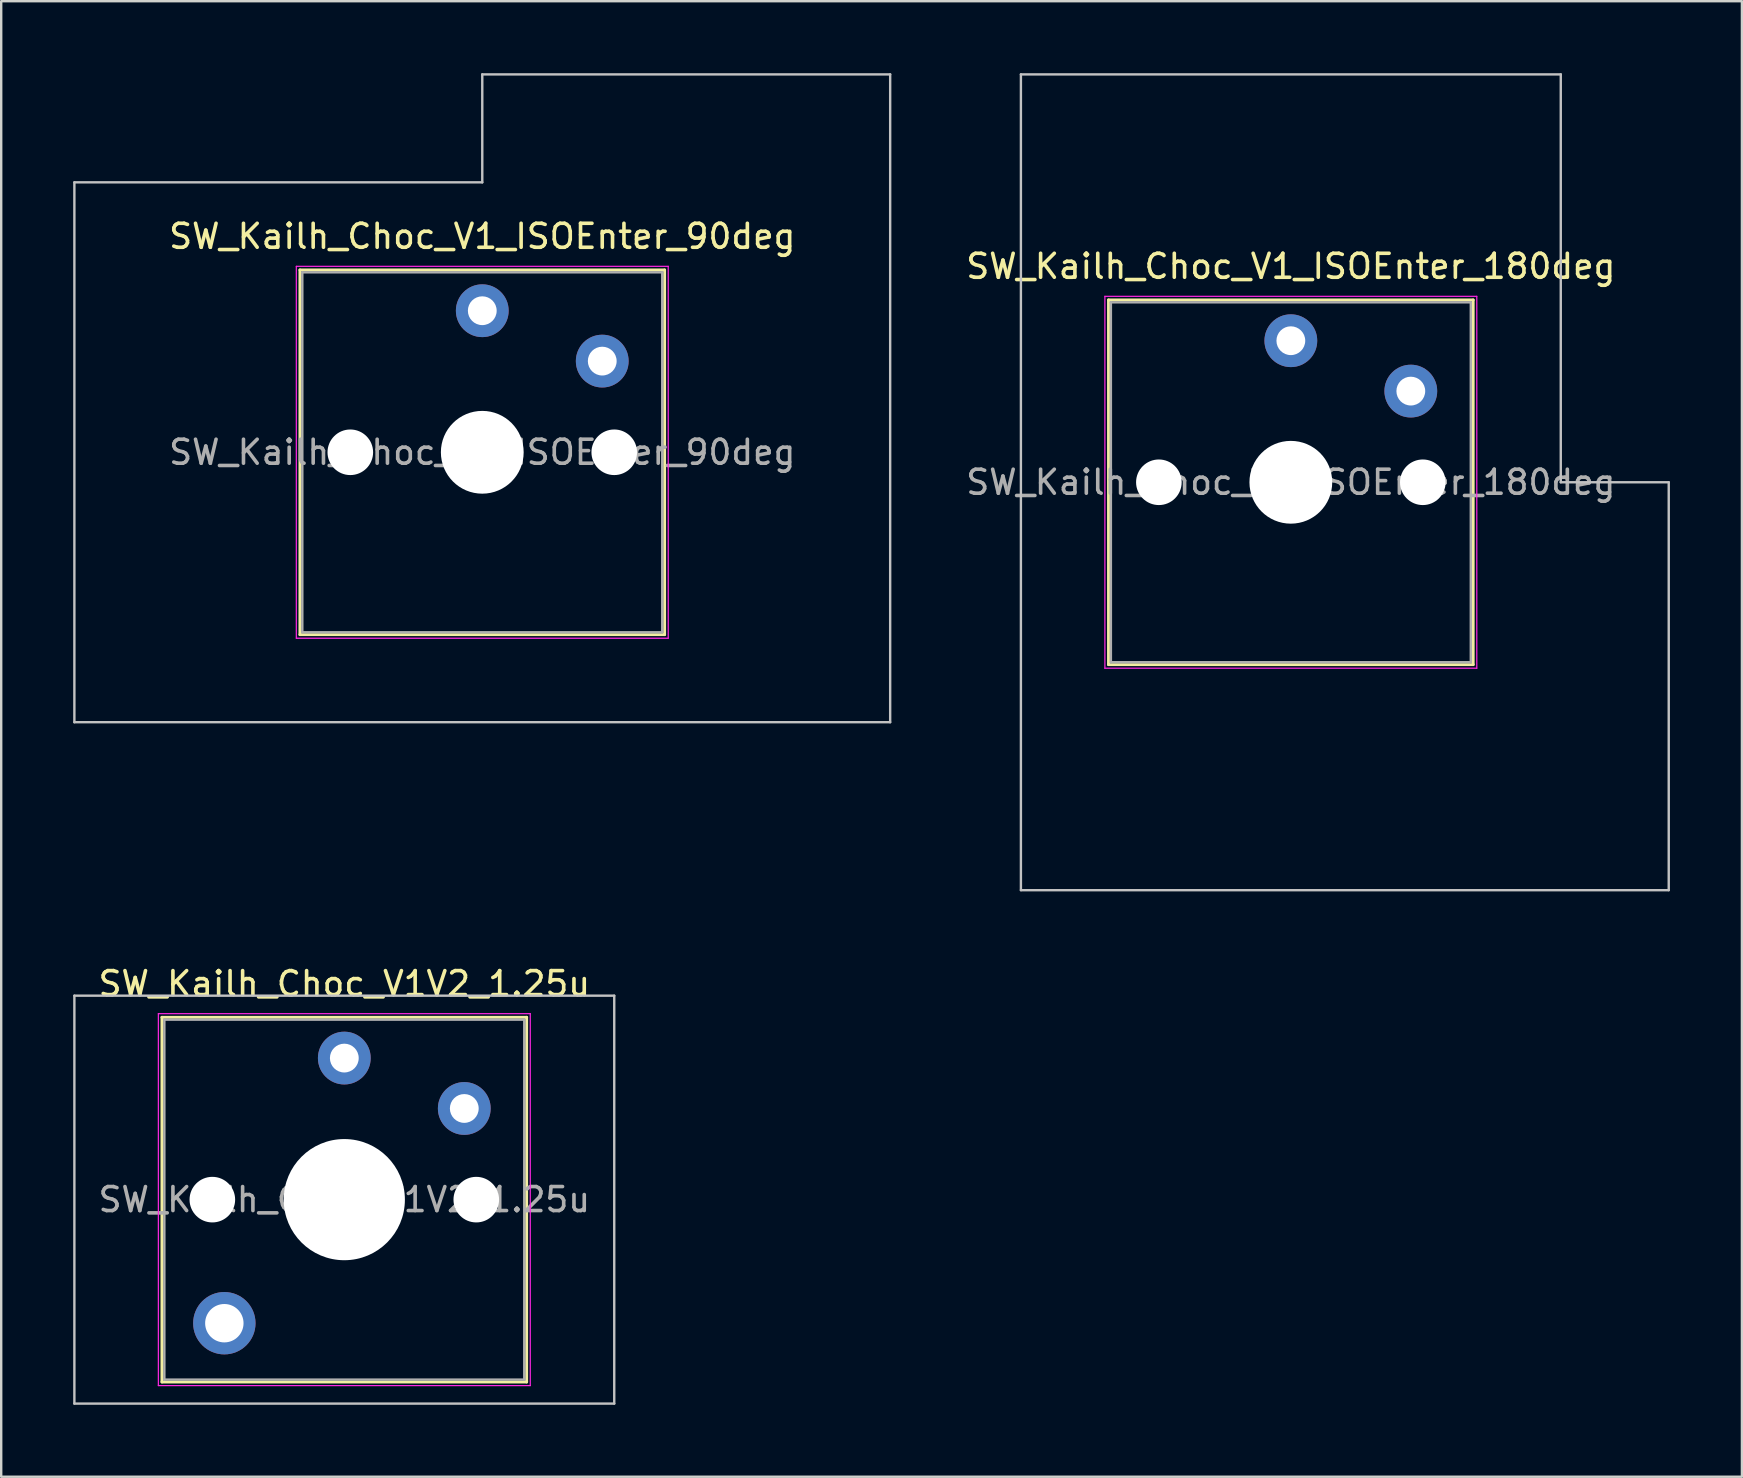
<source format=kicad_pcb>
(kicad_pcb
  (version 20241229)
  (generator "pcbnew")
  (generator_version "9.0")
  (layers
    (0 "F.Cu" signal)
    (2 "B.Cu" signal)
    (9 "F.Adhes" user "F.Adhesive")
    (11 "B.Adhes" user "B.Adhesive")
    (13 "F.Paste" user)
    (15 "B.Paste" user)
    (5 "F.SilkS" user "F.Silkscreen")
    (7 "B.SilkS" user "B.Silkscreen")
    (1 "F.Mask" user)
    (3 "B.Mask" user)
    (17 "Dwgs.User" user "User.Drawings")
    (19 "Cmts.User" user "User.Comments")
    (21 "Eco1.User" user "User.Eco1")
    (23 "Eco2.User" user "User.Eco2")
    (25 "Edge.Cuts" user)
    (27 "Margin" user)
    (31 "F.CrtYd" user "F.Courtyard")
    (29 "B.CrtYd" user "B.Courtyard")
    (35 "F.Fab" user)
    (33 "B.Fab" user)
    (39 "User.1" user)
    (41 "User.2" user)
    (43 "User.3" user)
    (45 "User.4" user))
  (footprint "SW_Kailh_Choc_V1_ISOEnter_90deg"
    (layer "F.Cu")
    (at 17.05 15.8)
    (property "Reference" "SW_Kailh_Choc_V1_ISOEnter_90deg" (at 0 -9 0) (layer "F.SilkS") (effects (font (size 1 1) (thickness 0.15))))
    (attr through_hole)
    (fp_line (start -7.6 -7.6) (end -7.6 7.6) (stroke (width 0.12) (type solid)) (layer "F.SilkS"))
    (fp_line (start -7.6 7.6) (end 7.6 7.6) (stroke (width 0.12) (type solid)) (layer "F.SilkS"))
    (fp_line (start 7.6 -7.6) (end -7.6 -7.6) (stroke (width 0.12) (type solid)) (layer "F.SilkS"))
    (fp_line (start 7.6 7.6) (end 7.6 -7.6) (stroke (width 0.12) (type solid)) (layer "F.SilkS"))
    (fp_line (start -17 -11.25) (end -17 11.25) (stroke (width 0.1) (type solid)) (layer "Dwgs.User"))
    (fp_line (start -17 11.25) (end 17 11.25) (stroke (width 0.1) (type solid)) (layer "Dwgs.User"))
    (fp_line (start 0 -15.75) (end 0 -11.25) (stroke (width 0.1) (type solid)) (layer "Dwgs.User"))
    (fp_line (start 0 -11.25) (end -17 -11.25) (stroke (width 0.1) (type solid)) (layer "Dwgs.User"))
    (fp_line (start 17 -15.75) (end 0 -15.75) (stroke (width 0.1) (type solid)) (layer "Dwgs.User"))
    (fp_line (start 17 11.25) (end 17 -15.75) (stroke (width 0.1) (type solid)) (layer "Dwgs.User"))
    (fp_line (start -7.25 -7.25) (end -7.25 7.25) (stroke (width 0.1) (type solid)) (layer "Eco1.User"))
    (fp_line (start -7.25 7.25) (end 7.25 7.25) (stroke (width 0.1) (type solid)) (layer "Eco1.User"))
    (fp_line (start 7.25 -7.25) (end -7.25 -7.25) (stroke (width 0.1) (type solid)) (layer "Eco1.User"))
    (fp_line (start 7.25 7.25) (end 7.25 -7.25) (stroke (width 0.1) (type solid)) (layer "Eco1.User"))
    (fp_line (start -7.75 -7.75) (end -7.75 7.75) (stroke (width 0.05) (type solid)) (layer "F.CrtYd"))
    (fp_line (start -7.75 7.75) (end 7.75 7.75) (stroke (width 0.05) (type solid)) (layer "F.CrtYd"))
    (fp_line (start 7.75 -7.75) (end -7.75 -7.75) (stroke (width 0.05) (type solid)) (layer "F.CrtYd"))
    (fp_line (start 7.75 7.75) (end 7.75 -7.75) (stroke (width 0.05) (type solid)) (layer "F.CrtYd"))
    (fp_line (start -7.5 -7.5) (end -7.5 7.5) (stroke (width 0.1) (type solid)) (layer "F.Fab"))
    (fp_line (start -7.5 7.5) (end 7.5 7.5) (stroke (width 0.1) (type solid)) (layer "F.Fab"))
    (fp_line (start 7.5 -7.5) (end -7.5 -7.5) (stroke (width 0.1) (type solid)) (layer "F.Fab"))
    (fp_line (start 7.5 7.5) (end 7.5 -7.5) (stroke (width 0.1) (type solid)) (layer "F.Fab"))
    (fp_text user "${REFERENCE}" (at 0 0 0) (layer "F.Fab") (effects (font (size 1 1) (thickness 0.15))))
    (pad "" np_thru_hole circle (at -5.5 0) (size 1.9 1.9) (drill 1.9) (layers "*.Cu" "*.Mask"))
    (pad "" smd circle (at 0 -5.9) (size 1.25 1.25) (layers "F.Mask"))
    (pad "" np_thru_hole circle (at 0 0) (size 3.45 3.45) (drill 3.45) (layers "*.Cu" "*.Mask"))
    (pad "" smd circle (at 5 -3.8) (size 1.25 1.25) (layers "F.Mask"))
    (pad "" np_thru_hole circle (at 5.5 0) (size 1.9 1.9) (drill 1.9) (layers "*.Cu" "*.Mask"))
    (pad "1" thru_hole circle (at 0 -5.9) (size 2.2 2.2) (drill 1.2) (layers "*.Cu" "B.Mask"))
    (pad "2" thru_hole circle (at 5 -3.8) (size 2.2 2.2) (drill 1.2) (layers "*.Cu" "B.Mask")))
  (footprint "SW_Kailh_Choc_V1_ISOEnter_180deg"
    (layer "F.Cu")
    (at 50.749 17.05)
    (property "Reference" "SW_Kailh_Choc_V1_ISOEnter_180deg" (at 0 -9 0) (layer "F.SilkS") (effects (font (size 1 1) (thickness 0.15))))
    (attr through_hole)
    (fp_line (start -7.6 -7.6) (end -7.6 7.6) (stroke (width 0.12) (type solid)) (layer "F.SilkS"))
    (fp_line (start -7.6 7.6) (end 7.6 7.6) (stroke (width 0.12) (type solid)) (layer "F.SilkS"))
    (fp_line (start 7.6 -7.6) (end -7.6 -7.6) (stroke (width 0.12) (type solid)) (layer "F.SilkS"))
    (fp_line (start 7.6 7.6) (end 7.6 -7.6) (stroke (width 0.12) (type solid)) (layer "F.SilkS"))
    (fp_line (start -11.25 -17) (end -11.25 17) (stroke (width 0.1) (type solid)) (layer "Dwgs.User"))
    (fp_line (start -11.25 17) (end 15.75 17) (stroke (width 0.1) (type solid)) (layer "Dwgs.User"))
    (fp_line (start 11.25 -17) (end -11.25 -17) (stroke (width 0.1) (type solid)) (layer "Dwgs.User"))
    (fp_line (start 11.25 0) (end 11.25 -17) (stroke (width 0.1) (type solid)) (layer "Dwgs.User"))
    (fp_line (start 15.75 0) (end 11.25 0) (stroke (width 0.1) (type solid)) (layer "Dwgs.User"))
    (fp_line (start 15.75 17) (end 15.75 0) (stroke (width 0.1) (type solid)) (layer "Dwgs.User"))
    (fp_line (start -7.25 -7.25) (end -7.25 7.25) (stroke (width 0.1) (type solid)) (layer "Eco1.User"))
    (fp_line (start -7.25 7.25) (end 7.25 7.25) (stroke (width 0.1) (type solid)) (layer "Eco1.User"))
    (fp_line (start 7.25 -7.25) (end -7.25 -7.25) (stroke (width 0.1) (type solid)) (layer "Eco1.User"))
    (fp_line (start 7.25 7.25) (end 7.25 -7.25) (stroke (width 0.1) (type solid)) (layer "Eco1.User"))
    (fp_line (start -7.75 -7.75) (end -7.75 7.75) (stroke (width 0.05) (type solid)) (layer "F.CrtYd"))
    (fp_line (start -7.75 7.75) (end 7.75 7.75) (stroke (width 0.05) (type solid)) (layer "F.CrtYd"))
    (fp_line (start 7.75 -7.75) (end -7.75 -7.75) (stroke (width 0.05) (type solid)) (layer "F.CrtYd"))
    (fp_line (start 7.75 7.75) (end 7.75 -7.75) (stroke (width 0.05) (type solid)) (layer "F.CrtYd"))
    (fp_line (start -7.5 -7.5) (end -7.5 7.5) (stroke (width 0.1) (type solid)) (layer "F.Fab"))
    (fp_line (start -7.5 7.5) (end 7.5 7.5) (stroke (width 0.1) (type solid)) (layer "F.Fab"))
    (fp_line (start 7.5 -7.5) (end -7.5 -7.5) (stroke (width 0.1) (type solid)) (layer "F.Fab"))
    (fp_line (start 7.5 7.5) (end 7.5 -7.5) (stroke (width 0.1) (type solid)) (layer "F.Fab"))
    (fp_text user "${REFERENCE}" (at 0 0 0) (layer "F.Fab") (effects (font (size 1 1) (thickness 0.15))))
    (pad "" np_thru_hole circle (at -5.5 0) (size 1.9 1.9) (drill 1.9) (layers "*.Cu" "*.Mask"))
    (pad "" smd circle (at 0 -5.9) (size 1.25 1.25) (layers "F.Mask"))
    (pad "" np_thru_hole circle (at 0 0) (size 3.45 3.45) (drill 3.45) (layers "*.Cu" "*.Mask"))
    (pad "" smd circle (at 5 -3.8) (size 1.25 1.25) (layers "F.Mask"))
    (pad "" np_thru_hole circle (at 5.5 0) (size 1.9 1.9) (drill 1.9) (layers "*.Cu" "*.Mask"))
    (pad "1" thru_hole circle (at 0 -5.9) (size 2.2 2.2) (drill 1.2) (layers "*.Cu" "B.Mask"))
    (pad "2" thru_hole circle (at 5 -3.8) (size 2.2 2.2) (drill 1.2) (layers "*.Cu" "B.Mask")))
  (footprint "SW_Kailh_Choc_V1V2_1.25u"
    (layer "F.Cu")
    (at 11.3 46.948)
    (property "Reference" "SW_Kailh_Choc_V1V2_1.25u" (at 0 -9 0) (layer "F.SilkS") (effects (font (size 1 1) (thickness 0.15))))
    (attr through_hole)
    (fp_line (start -7.6 -7.6) (end -7.6 7.6) (stroke (width 0.12) (type solid)) (layer "F.SilkS"))
    (fp_line (start -7.6 7.6) (end 7.6 7.6) (stroke (width 0.12) (type solid)) (layer "F.SilkS"))
    (fp_line (start 7.6 -7.6) (end -7.6 -7.6) (stroke (width 0.12) (type solid)) (layer "F.SilkS"))
    (fp_line (start 7.6 7.6) (end 7.6 -7.6) (stroke (width 0.12) (type solid)) (layer "F.SilkS"))
    (fp_line (start -11.25 -8.5) (end -11.25 8.5) (stroke (width 0.1) (type solid)) (layer "Dwgs.User"))
    (fp_line (start -11.25 8.5) (end 11.25 8.5) (stroke (width 0.1) (type solid)) (layer "Dwgs.User"))
    (fp_line (start 11.25 -8.5) (end -11.25 -8.5) (stroke (width 0.1) (type solid)) (layer "Dwgs.User"))
    (fp_line (start 11.25 8.5) (end 11.25 -8.5) (stroke (width 0.1) (type solid)) (layer "Dwgs.User"))
    (fp_line (start -7.25 -7.25) (end -7.25 7.25) (stroke (width 0.1) (type solid)) (layer "Eco1.User"))
    (fp_line (start -7.25 7.25) (end 7.25 7.25) (stroke (width 0.1) (type solid)) (layer "Eco1.User"))
    (fp_line (start 7.25 -7.25) (end -7.25 -7.25) (stroke (width 0.1) (type solid)) (layer "Eco1.User"))
    (fp_line (start 7.25 7.25) (end 7.25 -7.25) (stroke (width 0.1) (type solid)) (layer "Eco1.User"))
    (fp_line (start -7.75 -7.75) (end -7.75 7.75) (stroke (width 0.05) (type solid)) (layer "F.CrtYd"))
    (fp_line (start -7.75 7.75) (end 7.75 7.75) (stroke (width 0.05) (type solid)) (layer "F.CrtYd"))
    (fp_line (start 7.75 -7.75) (end -7.75 -7.75) (stroke (width 0.05) (type solid)) (layer "F.CrtYd"))
    (fp_line (start 7.75 7.75) (end 7.75 -7.75) (stroke (width 0.05) (type solid)) (layer "F.CrtYd"))
    (fp_line (start -7.5 -7.5) (end -7.5 7.5) (stroke (width 0.1) (type solid)) (layer "F.Fab"))
    (fp_line (start -7.5 7.5) (end 7.5 7.5) (stroke (width 0.1) (type solid)) (layer "F.Fab"))
    (fp_line (start 7.5 -7.5) (end -7.5 -7.5) (stroke (width 0.1) (type solid)) (layer "F.Fab"))
    (fp_line (start 7.5 7.5) (end 7.5 -7.5) (stroke (width 0.1) (type solid)) (layer "F.Fab"))
    (fp_text user "${REFERENCE}" (at 0 0 0) (layer "F.Fab") (effects (font (size 1 1) (thickness 0.15))))
    (pad "" np_thru_hole circle (at -5.5 0) (size 1.9 1.9) (drill 1.9) (layers "*.Cu" "*.Mask"))
    (pad "" smd circle (at -5 5.15) (size 1.65 1.65) (layers "F.Mask"))
    (pad "" thru_hole circle (at -5 5.15) (size 2.6 2.6) (drill 1.6) (layers "*.Cu" "B.Mask"))
    (pad "" smd circle (at 0 -5.9) (size 1.25 1.25) (layers "F.Mask"))
    (pad "" np_thru_hole circle (at 0 0) (size 5.05 5.05) (drill 5.05) (layers "*.Cu" "*.Mask"))
    (pad "" smd circle (at 5 -3.8) (size 1.25 1.25) (layers "F.Mask"))
    (pad "" np_thru_hole circle (at 5.5 0) (size 1.9 1.9) (drill 1.9) (layers "*.Cu" "*.Mask"))
    (pad "1" thru_hole circle (at 0 -5.9) (size 2.2 2.2) (drill 1.2) (layers "*.Cu" "B.Mask"))
    (pad "2" thru_hole circle (at 5 -3.8) (size 2.2 2.2) (drill 1.2) (layers "*.Cu" "B.Mask")))
  (gr_rect
    (start -3 -3)
    (end 69.549 58.498)
    (stroke (width 0.1) (type default))
    (fill no)
    (layer "Edge.Cuts")))
</source>
